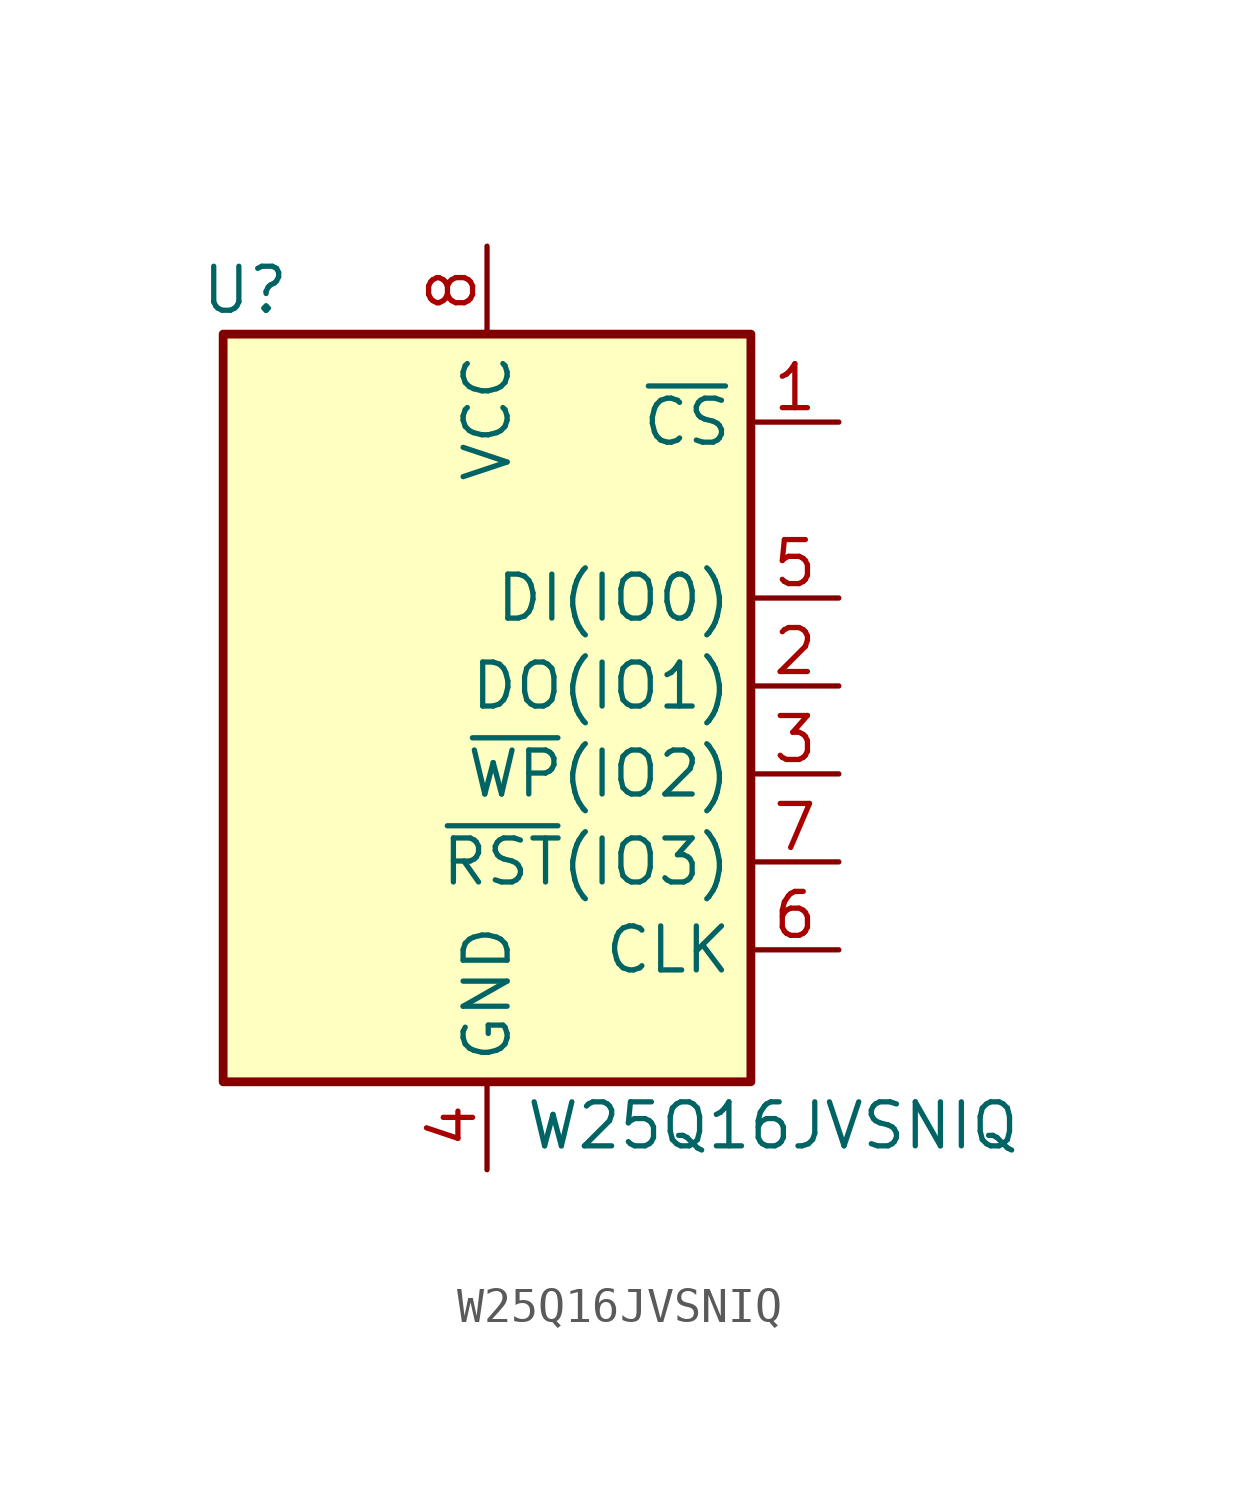
<source format=kicad_sym>
(kicad_symbol_lib
  (version 20220914)
  (generator kicad_symbol_editor)
  (symbol "W25Q16JVSNIQ"
    (property "Reference" "U"
      (at 0.635 1.27 0)
      (effects (font (size 1.27 1.27))))
    (property "Value" "W25Q16JVSNIQ"
      (at 15.875 -22.86 0)
      (effects (font (size 1.27 1.27))))
    (symbol "W25Q16JVSNIQ_0_1"
      (rectangle (start 0 0) (end 15.24 -21.59) (stroke (width 0.254) (type default)) (fill (type background))))
    (symbol "W25Q16JVSNIQ_1_1"
      (pin input line (at 17.78 -2.54 180) (length 2.54) (name "~{CS}" (effects (font (size 1.27 1.27)))) (number "1" (effects (font (size 1.27 1.27)))))
      (pin bidirectional line (at 17.78 -10.16 180) (length 2.54) (name "DO(IO1)" (effects (font (size 1.27 1.27)))) (number "2" (effects (font (size 1.27 1.27)))))
      (pin bidirectional line (at 17.78 -12.7 180) (length 2.54) (name "~{WP}(IO2)" (effects (font (size 1.27 1.27)))) (number "3" (effects (font (size 1.27 1.27)))))
      (pin power_in line (at 7.62 -24.13 90) (length 2.54) (name "GND" (effects (font (size 1.27 1.27)))) (number "4" (effects (font (size 1.27 1.27)))))
      (pin bidirectional line (at 17.78 -7.62 180) (length 2.54) (name "DI(IO0)" (effects (font (size 1.27 1.27)))) (number "5" (effects (font (size 1.27 1.27)))))
      (pin input line (at 17.78 -17.78 180) (length 2.54) (name "CLK" (effects (font (size 1.27 1.27)))) (number "6" (effects (font (size 1.27 1.27)))))
      (pin bidirectional line (at 17.78 -15.24 180) (length 2.54) (name "~{RST}(IO3)" (effects (font (size 1.27 1.27)))) (number "7" (effects (font (size 1.27 1.27)))))
      (pin power_in line (at 7.62 2.54 270) (length 2.54) (name "VCC" (effects (font (size 1.27 1.27)))) (number "8" (effects (font (size 1.27 1.27))))))))
</source>
